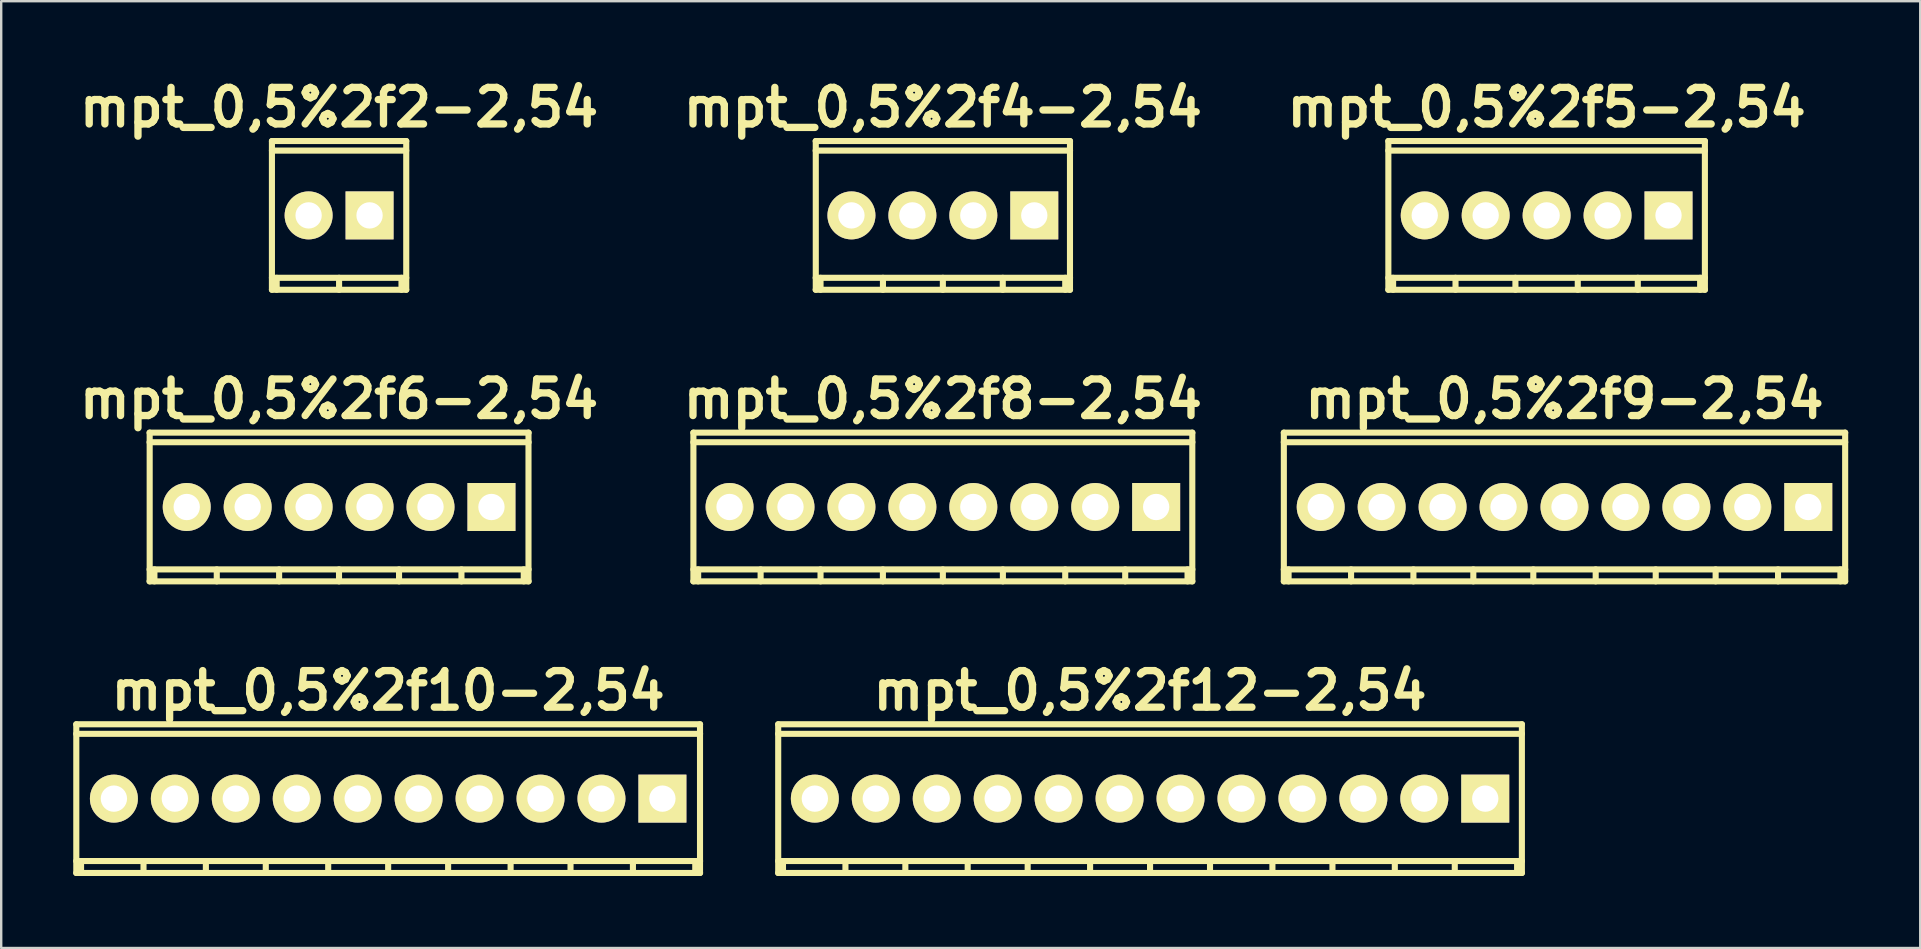
<source format=kicad_pcb>
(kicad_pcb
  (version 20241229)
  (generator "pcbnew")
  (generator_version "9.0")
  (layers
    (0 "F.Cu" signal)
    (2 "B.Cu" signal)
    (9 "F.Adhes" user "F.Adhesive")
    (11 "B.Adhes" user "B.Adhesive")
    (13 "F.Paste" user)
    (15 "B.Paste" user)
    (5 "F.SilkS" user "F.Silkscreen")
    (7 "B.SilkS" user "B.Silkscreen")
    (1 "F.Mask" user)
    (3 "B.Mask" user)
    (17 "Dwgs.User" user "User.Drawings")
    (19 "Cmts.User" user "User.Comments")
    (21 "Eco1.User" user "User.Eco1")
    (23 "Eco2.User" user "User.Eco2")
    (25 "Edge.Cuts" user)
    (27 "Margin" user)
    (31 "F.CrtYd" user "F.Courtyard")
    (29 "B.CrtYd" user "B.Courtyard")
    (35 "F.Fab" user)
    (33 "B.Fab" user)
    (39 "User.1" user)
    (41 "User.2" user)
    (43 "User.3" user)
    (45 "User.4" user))
  (footprint "mpt_0,5%2f4-2,54"
    (layer "F.Cu")
    (at 36.245 5.927)
    (property "Reference" "mpt_0,5%2f4-2,54" (at 0 -4.501 0) (layer "F.SilkS") (effects (font (size 1.524 1.524) (thickness 0.305))))
    (attr through_hole)
    (fp_line (start -5.301 -2.7) (end 5.301 -2.7) (stroke (width 0.254) (type solid)) (layer "F.SilkS"))
    (fp_line (start -5.301 2.601) (end 5.301 2.601) (stroke (width 0.254) (type solid)) (layer "F.SilkS"))
    (fp_line (start -5.296 -3.099) (end -5.296 3.099) (stroke (width 0.254) (type solid)) (layer "F.SilkS"))
    (fp_line (start -5.098 3.099) (end -5.098 2.601) (stroke (width 0.254) (type solid)) (layer "F.SilkS"))
    (fp_line (start -2.497 3.099) (end -2.497 2.601) (stroke (width 0.254) (type solid)) (layer "F.SilkS"))
    (fp_line (start 0 2.601) (end 0 3.099) (stroke (width 0.254) (type solid)) (layer "F.SilkS"))
    (fp_line (start 2.497 2.601) (end 2.497 3.099) (stroke (width 0.254) (type solid)) (layer "F.SilkS"))
    (fp_line (start 5.1 2.601) (end 5.1 3.099) (stroke (width 0.254) (type solid)) (layer "F.SilkS"))
    (fp_line (start 5.298 3.099) (end 5.298 -3.099) (stroke (width 0.254) (type solid)) (layer "F.SilkS"))
    (fp_line (start 5.301 -3.099) (end -5.301 -3.099) (stroke (width 0.254) (type solid)) (layer "F.SilkS"))
    (fp_line (start 5.301 3.099) (end -5.301 3.099) (stroke (width 0.254) (type solid)) (layer "F.SilkS"))
    (pad "1" thru_hole rect (at 3.81 0) (size 1.999 1.999) (drill 1.097) (layers "*.Cu" "*.Mask" "F.SilkS"))
    (pad "2" thru_hole oval (at 1.27 0) (size 1.999 1.999) (drill 1.097) (layers "*.Cu" "*.Mask" "F.SilkS"))
    (pad "3" thru_hole oval (at -1.27 0) (size 1.999 1.999) (drill 1.097) (layers "*.Cu" "*.Mask" "F.SilkS"))
    (pad "4" thru_hole oval (at -3.81 0) (size 1.999 1.999) (drill 1.097) (layers "*.Cu" "*.Mask" "F.SilkS")))
  (footprint "mpt_0,5%2f8-2,54"
    (layer "F.Cu")
    (at 36.245 18.08)
    (property "Reference" "mpt_0,5%2f8-2,54" (at 0 -4.501 0) (layer "F.SilkS") (effects (font (size 1.524 1.524) (thickness 0.305))))
    (attr through_hole)
    (fp_line (start -10.399 -2.7) (end 10.399 -2.7) (stroke (width 0.254) (type solid)) (layer "F.SilkS"))
    (fp_line (start -10.399 2.601) (end 10.399 2.601) (stroke (width 0.254) (type solid)) (layer "F.SilkS"))
    (fp_line (start -10.396 -3.099) (end -10.396 3.099) (stroke (width 0.254) (type solid)) (layer "F.SilkS"))
    (fp_line (start -10.198 3.099) (end -10.198 2.601) (stroke (width 0.254) (type solid)) (layer "F.SilkS"))
    (fp_line (start -7.595 3.099) (end -7.595 2.601) (stroke (width 0.254) (type solid)) (layer "F.SilkS"))
    (fp_line (start -5.098 2.601) (end -5.098 3.099) (stroke (width 0.254) (type solid)) (layer "F.SilkS"))
    (fp_line (start -2.499 2.601) (end -2.499 3.099) (stroke (width 0.254) (type solid)) (layer "F.SilkS"))
    (fp_line (start 0 2.601) (end 0 3.099) (stroke (width 0.254) (type solid)) (layer "F.SilkS"))
    (fp_line (start 2.502 2.601) (end 2.502 3.099) (stroke (width 0.254) (type solid)) (layer "F.SilkS"))
    (fp_line (start 5.1 2.601) (end 5.1 3.099) (stroke (width 0.254) (type solid)) (layer "F.SilkS"))
    (fp_line (start 7.6 2.601) (end 7.6 3.099) (stroke (width 0.254) (type solid)) (layer "F.SilkS"))
    (fp_line (start 10.198 2.601) (end 10.198 3.099) (stroke (width 0.254) (type solid)) (layer "F.SilkS"))
    (fp_line (start 10.396 3.099) (end 10.396 -3.099) (stroke (width 0.254) (type solid)) (layer "F.SilkS"))
    (fp_line (start 10.399 -3.099) (end -10.399 -3.099) (stroke (width 0.254) (type solid)) (layer "F.SilkS"))
    (fp_line (start 10.399 3.099) (end -10.399 3.099) (stroke (width 0.254) (type solid)) (layer "F.SilkS"))
    (pad "1" thru_hole rect (at 8.89 0) (size 1.999 1.999) (drill 1.097) (layers "*.Cu" "*.Mask" "F.SilkS"))
    (pad "2" thru_hole oval (at 6.35 0) (size 1.999 1.999) (drill 1.097) (layers "*.Cu" "*.Mask" "F.SilkS"))
    (pad "3" thru_hole oval (at 3.81 0) (size 1.999 1.999) (drill 1.097) (layers "*.Cu" "*.Mask" "F.SilkS"))
    (pad "4" thru_hole oval (at 1.27 0) (size 1.999 1.999) (drill 1.097) (layers "*.Cu" "*.Mask" "F.SilkS"))
    (pad "5" thru_hole oval (at -1.27 0) (size 1.999 1.999) (drill 1.097) (layers "*.Cu" "*.Mask" "F.SilkS"))
    (pad "6" thru_hole oval (at -3.81 0) (size 1.999 1.999) (drill 1.097) (layers "*.Cu" "*.Mask" "F.SilkS"))
    (pad "7" thru_hole oval (at -6.35 0) (size 1.999 1.999) (drill 1.097) (layers "*.Cu" "*.Mask" "F.SilkS"))
    (pad "8" thru_hole oval (at -8.89 0) (size 1.999 1.999) (drill 1.097) (layers "*.Cu" "*.Mask" "F.SilkS")))
  (footprint "mpt_0,5%2f2-2,54"
    (layer "F.Cu")
    (at 11.082 5.927)
    (property "Reference" "mpt_0,5%2f2-2,54" (at 0 -4.501 0) (layer "F.SilkS") (effects (font (size 1.524 1.524) (thickness 0.305))))
    (attr through_hole)
    (fp_line (start -2.799 -3.099) (end -2.799 3.099) (stroke (width 0.254) (type solid)) (layer "F.SilkS"))
    (fp_line (start -2.799 -2.7) (end 2.799 -2.7) (stroke (width 0.254) (type solid)) (layer "F.SilkS"))
    (fp_line (start -2.799 3.099) (end 2.799 3.099) (stroke (width 0.254) (type solid)) (layer "F.SilkS"))
    (fp_line (start -2.601 3.099) (end -2.601 2.601) (stroke (width 0.254) (type solid)) (layer "F.SilkS"))
    (fp_line (start 0 3.099) (end 0 2.601) (stroke (width 0.254) (type solid)) (layer "F.SilkS"))
    (fp_line (start 2.601 2.601) (end 2.601 3.099) (stroke (width 0.254) (type solid)) (layer "F.SilkS"))
    (fp_line (start 2.799 -3.099) (end -2.799 -3.099) (stroke (width 0.254) (type solid)) (layer "F.SilkS"))
    (fp_line (start 2.799 2.601) (end -2.799 2.601) (stroke (width 0.254) (type solid)) (layer "F.SilkS"))
    (fp_line (start 2.799 3.099) (end 2.799 -3.099) (stroke (width 0.254) (type solid)) (layer "F.SilkS"))
    (pad "1" thru_hole rect (at 1.27 0) (size 1.999 1.999) (drill 1.097) (layers "*.Cu" "*.Mask" "F.SilkS"))
    (pad "2" thru_hole oval (at -1.27 0) (size 1.999 1.999) (drill 1.097) (layers "*.Cu" "*.Mask" "F.SilkS")))
  (footprint "mpt_0,5%2f10-2,54"
    (layer "F.Cu")
    (at 13.127 30.234)
    (property "Reference" "mpt_0,5%2f10-2,54" (at 0 -4.501 0) (layer "F.SilkS") (effects (font (size 1.524 1.524) (thickness 0.305))))
    (attr through_hole)
    (fp_line (start -13 -3.099) (end 13 -3.099) (stroke (width 0.254) (type solid)) (layer "F.SilkS"))
    (fp_line (start -13 3.099) (end 13 3.099) (stroke (width 0.254) (type solid)) (layer "F.SilkS"))
    (fp_line (start -12.997 -3.099) (end -12.997 3.099) (stroke (width 0.254) (type solid)) (layer "F.SilkS"))
    (fp_line (start -12.799 3.099) (end -12.799 2.601) (stroke (width 0.254) (type solid)) (layer "F.SilkS"))
    (fp_line (start -10.196 3.099) (end -10.196 2.601) (stroke (width 0.254) (type solid)) (layer "F.SilkS"))
    (fp_line (start -7.597 2.601) (end -7.597 3.099) (stroke (width 0.254) (type solid)) (layer "F.SilkS"))
    (fp_line (start -5.1 2.601) (end -5.1 3.099) (stroke (width 0.254) (type solid)) (layer "F.SilkS"))
    (fp_line (start -2.499 2.601) (end -2.499 3.099) (stroke (width 0.254) (type solid)) (layer "F.SilkS"))
    (fp_line (start 0 2.601) (end 0 3.099) (stroke (width 0.254) (type solid)) (layer "F.SilkS"))
    (fp_line (start 2.499 2.601) (end 2.499 3.099) (stroke (width 0.254) (type solid)) (layer "F.SilkS"))
    (fp_line (start 5.103 2.601) (end 5.103 3.099) (stroke (width 0.254) (type solid)) (layer "F.SilkS"))
    (fp_line (start 7.6 2.601) (end 7.6 3.099) (stroke (width 0.254) (type solid)) (layer "F.SilkS"))
    (fp_line (start 10.201 2.601) (end 10.201 3.099) (stroke (width 0.254) (type solid)) (layer "F.SilkS"))
    (fp_line (start 12.799 2.601) (end 12.799 3.099) (stroke (width 0.254) (type solid)) (layer "F.SilkS"))
    (fp_line (start 12.997 3.099) (end 12.997 -3.099) (stroke (width 0.254) (type solid)) (layer "F.SilkS"))
    (fp_line (start 13 -2.7) (end -13 -2.7) (stroke (width 0.254) (type solid)) (layer "F.SilkS"))
    (fp_line (start 13 2.601) (end -13 2.601) (stroke (width 0.254) (type solid)) (layer "F.SilkS"))
    (pad "1" thru_hole rect (at 11.43 0) (size 1.999 1.999) (drill 1.097) (layers "*.Cu" "*.Mask" "F.SilkS"))
    (pad "2" thru_hole oval (at 8.89 0) (size 1.999 1.999) (drill 1.097) (layers "*.Cu" "*.Mask" "F.SilkS"))
    (pad "3" thru_hole oval (at 6.35 0) (size 1.999 1.999) (drill 1.097) (layers "*.Cu" "*.Mask" "F.SilkS"))
    (pad "4" thru_hole oval (at 3.81 0) (size 1.999 1.999) (drill 1.097) (layers "*.Cu" "*.Mask" "F.SilkS"))
    (pad "5" thru_hole oval (at 1.27 0) (size 1.999 1.999) (drill 1.097) (layers "*.Cu" "*.Mask" "F.SilkS"))
    (pad "6" thru_hole oval (at -1.27 0) (size 1.999 1.999) (drill 1.097) (layers "*.Cu" "*.Mask" "F.SilkS"))
    (pad "7" thru_hole oval (at -3.81 0) (size 1.999 1.999) (drill 1.097) (layers "*.Cu" "*.Mask" "F.SilkS"))
    (pad "8" thru_hole oval (at -6.35 0) (size 1.999 1.999) (drill 1.097) (layers "*.Cu" "*.Mask" "F.SilkS"))
    (pad "9" thru_hole oval (at -8.89 0) (size 1.999 1.999) (drill 1.097) (layers "*.Cu" "*.Mask" "F.SilkS"))
    (pad "10" thru_hole oval (at -11.43 0) (size 1.999 1.999) (drill 1.097) (layers "*.Cu" "*.Mask" "F.SilkS")))
  (footprint "mpt_0,5%2f5-2,54"
    (layer "F.Cu")
    (at 61.408 5.927)
    (property "Reference" "mpt_0,5%2f5-2,54" (at 0 -4.501 0) (layer "F.SilkS") (effects (font (size 1.524 1.524) (thickness 0.305))))
    (attr through_hole)
    (fp_line (start -6.599 -2.7) (end 6.599 -2.7) (stroke (width 0.254) (type solid)) (layer "F.SilkS"))
    (fp_line (start -6.599 2.601) (end 6.599 2.601) (stroke (width 0.254) (type solid)) (layer "F.SilkS"))
    (fp_line (start -6.596 -3.099) (end -6.596 3.099) (stroke (width 0.254) (type solid)) (layer "F.SilkS"))
    (fp_line (start -6.398 3.099) (end -6.398 2.601) (stroke (width 0.254) (type solid)) (layer "F.SilkS"))
    (fp_line (start -3.797 3.099) (end -3.797 2.601) (stroke (width 0.254) (type solid)) (layer "F.SilkS"))
    (fp_line (start -1.3 2.601) (end -1.3 3.099) (stroke (width 0.254) (type solid)) (layer "F.SilkS"))
    (fp_line (start 1.298 2.601) (end 1.298 3.099) (stroke (width 0.254) (type solid)) (layer "F.SilkS"))
    (fp_line (start 3.8 2.601) (end 3.8 3.099) (stroke (width 0.254) (type solid)) (layer "F.SilkS"))
    (fp_line (start 6.398 2.601) (end 6.398 3.099) (stroke (width 0.254) (type solid)) (layer "F.SilkS"))
    (fp_line (start 6.596 3.099) (end 6.596 -3.099) (stroke (width 0.254) (type solid)) (layer "F.SilkS"))
    (fp_line (start 6.599 -3.099) (end -6.599 -3.099) (stroke (width 0.254) (type solid)) (layer "F.SilkS"))
    (fp_line (start 6.599 3.099) (end -6.599 3.099) (stroke (width 0.254) (type solid)) (layer "F.SilkS"))
    (pad "1" thru_hole rect (at 5.08 0) (size 1.999 1.999) (drill 1.097) (layers "*.Cu" "*.Mask" "F.SilkS"))
    (pad "2" thru_hole oval (at 2.54 0) (size 1.999 1.999) (drill 1.097) (layers "*.Cu" "*.Mask" "F.SilkS"))
    (pad "3" thru_hole oval (at 0 0) (size 1.999 1.999) (drill 1.097) (layers "*.Cu" "*.Mask" "F.SilkS"))
    (pad "4" thru_hole oval (at -2.54 0) (size 1.999 1.999) (drill 1.097) (layers "*.Cu" "*.Mask" "F.SilkS"))
    (pad "5" thru_hole oval (at -5.08 0) (size 1.999 1.999) (drill 1.097) (layers "*.Cu" "*.Mask" "F.SilkS")))
  (footprint "mpt_0,5%2f9-2,54"
    (layer "F.Cu")
    (at 62.153 18.08)
    (property "Reference" "mpt_0,5%2f9-2,54" (at 0 -4.501 0) (layer "F.SilkS") (effects (font (size 1.524 1.524) (thickness 0.305))))
    (attr through_hole)
    (fp_line (start -11.699 -2.7) (end 11.699 -2.7) (stroke (width 0.254) (type solid)) (layer "F.SilkS"))
    (fp_line (start -11.699 3.099) (end 11.699 3.099) (stroke (width 0.254) (type solid)) (layer "F.SilkS"))
    (fp_line (start -11.697 -3.099) (end -11.697 3.099) (stroke (width 0.254) (type solid)) (layer "F.SilkS"))
    (fp_line (start -11.499 3.099) (end -11.499 2.601) (stroke (width 0.254) (type solid)) (layer "F.SilkS"))
    (fp_line (start -8.895 3.099) (end -8.895 2.601) (stroke (width 0.254) (type solid)) (layer "F.SilkS"))
    (fp_line (start -6.297 2.601) (end -6.297 3.099) (stroke (width 0.254) (type solid)) (layer "F.SilkS"))
    (fp_line (start -3.8 2.601) (end -3.8 3.099) (stroke (width 0.254) (type solid)) (layer "F.SilkS"))
    (fp_line (start -1.3 2.601) (end -1.3 3.099) (stroke (width 0.254) (type solid)) (layer "F.SilkS"))
    (fp_line (start 1.3 2.601) (end 1.3 3.099) (stroke (width 0.254) (type solid)) (layer "F.SilkS"))
    (fp_line (start 3.802 2.601) (end 3.802 3.099) (stroke (width 0.254) (type solid)) (layer "F.SilkS"))
    (fp_line (start 6.299 2.601) (end 6.299 3.099) (stroke (width 0.254) (type solid)) (layer "F.SilkS"))
    (fp_line (start 8.9 2.601) (end 8.9 3.099) (stroke (width 0.254) (type solid)) (layer "F.SilkS"))
    (fp_line (start 11.499 2.601) (end 11.499 3.099) (stroke (width 0.254) (type solid)) (layer "F.SilkS"))
    (fp_line (start 11.697 3.099) (end 11.697 -3.099) (stroke (width 0.254) (type solid)) (layer "F.SilkS"))
    (fp_line (start 11.699 -3.099) (end -11.699 -3.099) (stroke (width 0.254) (type solid)) (layer "F.SilkS"))
    (fp_line (start 11.699 2.601) (end -11.699 2.601) (stroke (width 0.254) (type solid)) (layer "F.SilkS"))
    (pad "1" thru_hole rect (at 10.16 0) (size 1.999 1.999) (drill 1.097) (layers "*.Cu" "*.Mask" "F.SilkS"))
    (pad "2" thru_hole oval (at 7.62 0) (size 1.999 1.999) (drill 1.097) (layers "*.Cu" "*.Mask" "F.SilkS"))
    (pad "3" thru_hole oval (at 5.08 0) (size 1.999 1.999) (drill 1.097) (layers "*.Cu" "*.Mask" "F.SilkS"))
    (pad "4" thru_hole oval (at 2.54 0) (size 1.999 1.999) (drill 1.097) (layers "*.Cu" "*.Mask" "F.SilkS"))
    (pad "5" thru_hole oval (at 0 0) (size 1.999 1.999) (drill 1.097) (layers "*.Cu" "*.Mask" "F.SilkS"))
    (pad "6" thru_hole oval (at -2.54 0) (size 1.999 1.999) (drill 1.097) (layers "*.Cu" "*.Mask" "F.SilkS"))
    (pad "7" thru_hole oval (at -5.08 0) (size 1.999 1.999) (drill 1.097) (layers "*.Cu" "*.Mask" "F.SilkS"))
    (pad "8" thru_hole oval (at -7.62 0) (size 1.999 1.999) (drill 1.097) (layers "*.Cu" "*.Mask" "F.SilkS"))
    (pad "9" thru_hole oval (at -10.16 0) (size 1.999 1.999) (drill 1.097) (layers "*.Cu" "*.Mask" "F.SilkS")))
  (footprint "mpt_0,5%2f12-2,54"
    (layer "F.Cu")
    (at 44.88 30.234)
    (property "Reference" "mpt_0,5%2f12-2,54" (at 0 -4.501 0) (layer "F.SilkS") (effects (font (size 1.524 1.524) (thickness 0.305))))
    (attr through_hole)
    (fp_line (start -15.499 -3.099) (end 15.499 -3.099) (stroke (width 0.254) (type solid)) (layer "F.SilkS"))
    (fp_line (start -15.499 2.601) (end 15.499 2.601) (stroke (width 0.254) (type solid)) (layer "F.SilkS"))
    (fp_line (start -15.497 -3.099) (end -15.497 3.099) (stroke (width 0.254) (type solid)) (layer "F.SilkS"))
    (fp_line (start -15.298 3.099) (end -15.298 2.601) (stroke (width 0.254) (type solid)) (layer "F.SilkS"))
    (fp_line (start -12.695 3.099) (end -12.695 2.601) (stroke (width 0.254) (type solid)) (layer "F.SilkS"))
    (fp_line (start -10.198 2.601) (end -10.198 3.099) (stroke (width 0.254) (type solid)) (layer "F.SilkS"))
    (fp_line (start -7.6 2.601) (end -7.6 3.099) (stroke (width 0.254) (type solid)) (layer "F.SilkS"))
    (fp_line (start -5.1 2.601) (end -5.1 3.099) (stroke (width 0.254) (type solid)) (layer "F.SilkS"))
    (fp_line (start -2.499 2.601) (end -2.499 3.099) (stroke (width 0.254) (type solid)) (layer "F.SilkS"))
    (fp_line (start 0 2.601) (end 0 3.099) (stroke (width 0.254) (type solid)) (layer "F.SilkS"))
    (fp_line (start 2.499 2.601) (end 2.499 3.099) (stroke (width 0.254) (type solid)) (layer "F.SilkS"))
    (fp_line (start 5.1 2.601) (end 5.1 3.099) (stroke (width 0.254) (type solid)) (layer "F.SilkS"))
    (fp_line (start 7.602 2.601) (end 7.602 3.099) (stroke (width 0.254) (type solid)) (layer "F.SilkS"))
    (fp_line (start 10.201 2.601) (end 10.201 3.099) (stroke (width 0.254) (type solid)) (layer "F.SilkS"))
    (fp_line (start 12.7 2.601) (end 12.7 3.099) (stroke (width 0.254) (type solid)) (layer "F.SilkS"))
    (fp_line (start 15.298 2.601) (end 15.298 3.099) (stroke (width 0.254) (type solid)) (layer "F.SilkS"))
    (fp_line (start 15.497 3.099) (end 15.497 -3.099) (stroke (width 0.254) (type solid)) (layer "F.SilkS"))
    (fp_line (start 15.499 -2.7) (end -15.499 -2.7) (stroke (width 0.254) (type solid)) (layer "F.SilkS"))
    (fp_line (start 15.499 3.099) (end -15.499 3.099) (stroke (width 0.254) (type solid)) (layer "F.SilkS"))
    (pad "1" thru_hole rect (at 13.97 0) (size 1.999 1.999) (drill 1.097) (layers "*.Cu" "*.Mask" "F.SilkS"))
    (pad "2" thru_hole oval (at 11.43 0) (size 1.999 1.999) (drill 1.097) (layers "*.Cu" "*.Mask" "F.SilkS"))
    (pad "3" thru_hole oval (at 8.89 0) (size 1.999 1.999) (drill 1.097) (layers "*.Cu" "*.Mask" "F.SilkS"))
    (pad "4" thru_hole oval (at 6.35 0) (size 1.999 1.999) (drill 1.097) (layers "*.Cu" "*.Mask" "F.SilkS"))
    (pad "5" thru_hole oval (at 3.81 0) (size 1.999 1.999) (drill 1.097) (layers "*.Cu" "*.Mask" "F.SilkS"))
    (pad "6" thru_hole oval (at 1.27 0) (size 1.999 1.999) (drill 1.097) (layers "*.Cu" "*.Mask" "F.SilkS"))
    (pad "7" thru_hole oval (at -1.27 0) (size 1.999 1.999) (drill 1.097) (layers "*.Cu" "*.Mask" "F.SilkS"))
    (pad "8" thru_hole oval (at -3.81 0) (size 1.999 1.999) (drill 1.097) (layers "*.Cu" "*.Mask" "F.SilkS"))
    (pad "9" thru_hole oval (at -6.35 0) (size 1.999 1.999) (drill 1.097) (layers "*.Cu" "*.Mask" "F.SilkS"))
    (pad "10" thru_hole oval (at -8.89 0) (size 1.999 1.999) (drill 1.097) (layers "*.Cu" "*.Mask" "F.SilkS"))
    (pad "11" thru_hole oval (at -11.43 0) (size 1.999 1.999) (drill 1.097) (layers "*.Cu" "*.Mask" "F.SilkS"))
    (pad "12" thru_hole oval (at -13.97 0) (size 1.999 1.999) (drill 1.097) (layers "*.Cu" "*.Mask" "F.SilkS")))
  (footprint "mpt_0,5%2f6-2,54"
    (layer "F.Cu")
    (at 11.082 18.08)
    (property "Reference" "mpt_0,5%2f6-2,54" (at 0 -4.501 0) (layer "F.SilkS") (effects (font (size 1.524 1.524) (thickness 0.305))))
    (attr through_hole)
    (fp_line (start -7.899 3.099) (end 7.899 3.099) (stroke (width 0.254) (type solid)) (layer "F.SilkS"))
    (fp_line (start -7.894 -3.099) (end -7.894 3.099) (stroke (width 0.254) (type solid)) (layer "F.SilkS"))
    (fp_line (start -7.696 3.099) (end -7.696 2.601) (stroke (width 0.254) (type solid)) (layer "F.SilkS"))
    (fp_line (start -5.098 3.099) (end -5.098 2.601) (stroke (width 0.254) (type solid)) (layer "F.SilkS"))
    (fp_line (start -2.499 2.601) (end -2.499 3.099) (stroke (width 0.254) (type solid)) (layer "F.SilkS"))
    (fp_line (start -0.003 2.601) (end -0.003 3.099) (stroke (width 0.254) (type solid)) (layer "F.SilkS"))
    (fp_line (start 2.499 2.601) (end 2.499 3.099) (stroke (width 0.254) (type solid)) (layer "F.SilkS"))
    (fp_line (start 5.1 2.601) (end 5.1 3.099) (stroke (width 0.254) (type solid)) (layer "F.SilkS"))
    (fp_line (start 7.696 2.601) (end 7.696 3.099) (stroke (width 0.254) (type solid)) (layer "F.SilkS"))
    (fp_line (start 7.894 3.099) (end 7.894 -3.099) (stroke (width 0.254) (type solid)) (layer "F.SilkS"))
    (fp_line (start 7.899 -3.099) (end -7.899 -3.099) (stroke (width 0.254) (type solid)) (layer "F.SilkS"))
    (fp_line (start 7.899 -2.7) (end -7.899 -2.7) (stroke (width 0.254) (type solid)) (layer "F.SilkS"))
    (fp_line (start 7.899 2.601) (end -7.899 2.601) (stroke (width 0.254) (type solid)) (layer "F.SilkS"))
    (pad "1" thru_hole rect (at 6.35 0) (size 1.999 1.999) (drill 1.097) (layers "*.Cu" "*.Mask" "F.SilkS"))
    (pad "2" thru_hole oval (at 3.81 0) (size 1.999 1.999) (drill 1.097) (layers "*.Cu" "*.Mask" "F.SilkS"))
    (pad "3" thru_hole oval (at 1.27 0) (size 1.999 1.999) (drill 1.097) (layers "*.Cu" "*.Mask" "F.SilkS"))
    (pad "4" thru_hole oval (at -1.27 0) (size 1.999 1.999) (drill 1.097) (layers "*.Cu" "*.Mask" "F.SilkS"))
    (pad "5" thru_hole oval (at -3.81 0) (size 1.999 1.999) (drill 1.097) (layers "*.Cu" "*.Mask" "F.SilkS"))
    (pad "6" thru_hole oval (at -6.35 0) (size 1.999 1.999) (drill 1.097) (layers "*.Cu" "*.Mask" "F.SilkS")))
  (gr_rect
    (start -3 -3)
    (end 76.979 36.459)
    (stroke (width 0.1) (type default))
    (fill no)
    (layer "Edge.Cuts")))
</source>
